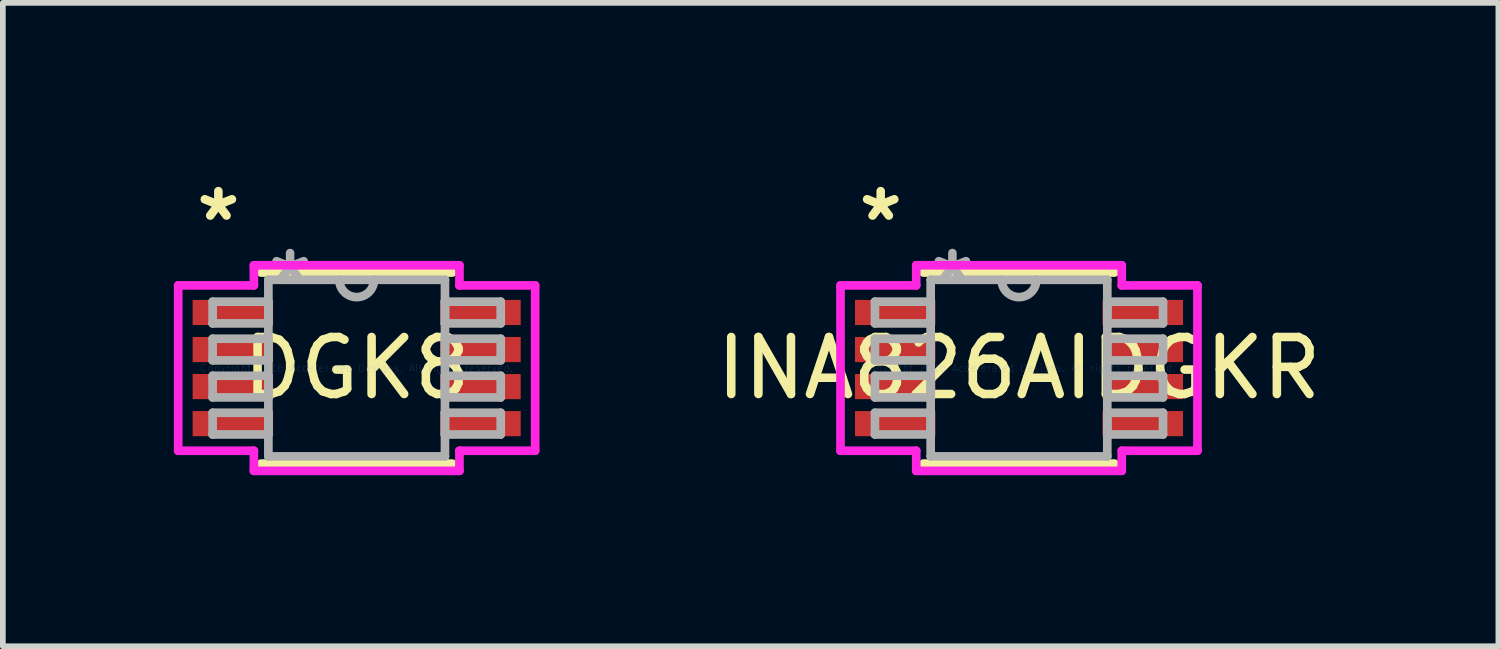
<source format=kicad_pcb>
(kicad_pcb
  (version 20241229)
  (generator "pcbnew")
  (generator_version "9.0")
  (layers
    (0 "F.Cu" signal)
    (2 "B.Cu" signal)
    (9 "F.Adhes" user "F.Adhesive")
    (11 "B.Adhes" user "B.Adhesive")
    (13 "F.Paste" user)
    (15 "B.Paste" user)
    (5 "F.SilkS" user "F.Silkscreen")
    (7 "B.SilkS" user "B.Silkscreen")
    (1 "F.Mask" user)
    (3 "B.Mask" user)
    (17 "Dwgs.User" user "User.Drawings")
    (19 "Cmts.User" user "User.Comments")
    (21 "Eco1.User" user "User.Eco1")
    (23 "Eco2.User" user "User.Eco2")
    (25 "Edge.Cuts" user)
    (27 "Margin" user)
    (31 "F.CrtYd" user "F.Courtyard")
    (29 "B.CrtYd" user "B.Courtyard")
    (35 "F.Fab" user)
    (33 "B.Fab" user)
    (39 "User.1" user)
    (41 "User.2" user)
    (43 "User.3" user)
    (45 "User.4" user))
  (footprint "INA826AIDGKR"
    (layer "F.Cu")
    (at 14.826 3.407)
    (property "Reference" "INA826AIDGKR" (at 0 0 0) (layer "F.SilkS") (effects (font (size 1 1) (thickness 0.15))))
    (attr through_hole)
    (fp_line (start -1.676 1.676) (end 1.676 1.676) (stroke (width 0.152) (type solid)) (layer "F.SilkS"))
    (fp_line (start 1.676 -1.676) (end -1.676 -1.676) (stroke (width 0.152) (type solid)) (layer "F.SilkS"))
    (fp_line (start -3.131 -1.45) (end -1.803 -1.45) (stroke (width 0.152) (type solid)) (layer "F.CrtYd"))
    (fp_line (start -3.131 1.45) (end -3.131 -1.45) (stroke (width 0.152) (type solid)) (layer "F.CrtYd"))
    (fp_line (start -1.803 -1.803) (end 1.803 -1.803) (stroke (width 0.152) (type solid)) (layer "F.CrtYd"))
    (fp_line (start -1.803 -1.45) (end -1.803 -1.803) (stroke (width 0.152) (type solid)) (layer "F.CrtYd"))
    (fp_line (start -1.803 1.45) (end -3.131 1.45) (stroke (width 0.152) (type solid)) (layer "F.CrtYd"))
    (fp_line (start -1.803 1.803) (end -1.803 1.45) (stroke (width 0.152) (type solid)) (layer "F.CrtYd"))
    (fp_line (start 1.803 -1.803) (end 1.803 -1.45) (stroke (width 0.152) (type solid)) (layer "F.CrtYd"))
    (fp_line (start 1.803 -1.45) (end 3.131 -1.45) (stroke (width 0.152) (type solid)) (layer "F.CrtYd"))
    (fp_line (start 1.803 1.45) (end 1.803 1.803) (stroke (width 0.152) (type solid)) (layer "F.CrtYd"))
    (fp_line (start 1.803 1.803) (end -1.803 1.803) (stroke (width 0.152) (type solid)) (layer "F.CrtYd"))
    (fp_line (start 3.131 -1.45) (end 3.131 1.45) (stroke (width 0.152) (type solid)) (layer "F.CrtYd"))
    (fp_line (start 3.131 1.45) (end 1.803 1.45) (stroke (width 0.152) (type solid)) (layer "F.CrtYd"))
    (fp_line (start -2.527 -1.165) (end -2.527 -0.784) (stroke (width 0.152) (type solid)) (layer "F.Fab"))
    (fp_line (start -2.527 -0.784) (end -1.549 -0.784) (stroke (width 0.152) (type solid)) (layer "F.Fab"))
    (fp_line (start -2.527 -0.515) (end -2.527 -0.135) (stroke (width 0.152) (type solid)) (layer "F.Fab"))
    (fp_line (start -2.527 -0.135) (end -1.549 -0.135) (stroke (width 0.152) (type solid)) (layer "F.Fab"))
    (fp_line (start -2.527 0.135) (end -2.527 0.515) (stroke (width 0.152) (type solid)) (layer "F.Fab"))
    (fp_line (start -2.527 0.515) (end -1.549 0.515) (stroke (width 0.152) (type solid)) (layer "F.Fab"))
    (fp_line (start -2.527 0.784) (end -2.527 1.165) (stroke (width 0.152) (type solid)) (layer "F.Fab"))
    (fp_line (start -2.527 1.165) (end -1.549 1.165) (stroke (width 0.152) (type solid)) (layer "F.Fab"))
    (fp_line (start -1.549 -1.549) (end -1.549 1.549) (stroke (width 0.152) (type solid)) (layer "F.Fab"))
    (fp_line (start -1.549 -1.165) (end -2.527 -1.165) (stroke (width 0.152) (type solid)) (layer "F.Fab"))
    (fp_line (start -1.549 -0.784) (end -1.549 -1.165) (stroke (width 0.152) (type solid)) (layer "F.Fab"))
    (fp_line (start -1.549 -0.515) (end -2.527 -0.515) (stroke (width 0.152) (type solid)) (layer "F.Fab"))
    (fp_line (start -1.549 -0.135) (end -1.549 -0.515) (stroke (width 0.152) (type solid)) (layer "F.Fab"))
    (fp_line (start -1.549 0.135) (end -2.527 0.135) (stroke (width 0.152) (type solid)) (layer "F.Fab"))
    (fp_line (start -1.549 0.515) (end -1.549 0.135) (stroke (width 0.152) (type solid)) (layer "F.Fab"))
    (fp_line (start -1.549 0.784) (end -2.527 0.784) (stroke (width 0.152) (type solid)) (layer "F.Fab"))
    (fp_line (start -1.549 1.165) (end -1.549 0.784) (stroke (width 0.152) (type solid)) (layer "F.Fab"))
    (fp_line (start -1.549 1.549) (end 1.549 1.549) (stroke (width 0.152) (type solid)) (layer "F.Fab"))
    (fp_line (start 1.549 -1.549) (end -1.549 -1.549) (stroke (width 0.152) (type solid)) (layer "F.Fab"))
    (fp_line (start 1.549 -1.165) (end 1.549 -0.784) (stroke (width 0.152) (type solid)) (layer "F.Fab"))
    (fp_line (start 1.549 -0.784) (end 2.527 -0.784) (stroke (width 0.152) (type solid)) (layer "F.Fab"))
    (fp_line (start 1.549 -0.515) (end 1.549 -0.135) (stroke (width 0.152) (type solid)) (layer "F.Fab"))
    (fp_line (start 1.549 -0.135) (end 2.527 -0.135) (stroke (width 0.152) (type solid)) (layer "F.Fab"))
    (fp_line (start 1.549 0.135) (end 1.549 0.515) (stroke (width 0.152) (type solid)) (layer "F.Fab"))
    (fp_line (start 1.549 0.515) (end 2.527 0.515) (stroke (width 0.152) (type solid)) (layer "F.Fab"))
    (fp_line (start 1.549 0.784) (end 1.549 1.165) (stroke (width 0.152) (type solid)) (layer "F.Fab"))
    (fp_line (start 1.549 1.165) (end 2.527 1.165) (stroke (width 0.152) (type solid)) (layer "F.Fab"))
    (fp_line (start 1.549 1.549) (end 1.549 -1.549) (stroke (width 0.152) (type solid)) (layer "F.Fab"))
    (fp_line (start 2.527 -1.165) (end 1.549 -1.165) (stroke (width 0.152) (type solid)) (layer "F.Fab"))
    (fp_line (start 2.527 -0.784) (end 2.527 -1.165) (stroke (width 0.152) (type solid)) (layer "F.Fab"))
    (fp_line (start 2.527 -0.515) (end 1.549 -0.515) (stroke (width 0.152) (type solid)) (layer "F.Fab"))
    (fp_line (start 2.527 -0.135) (end 2.527 -0.515) (stroke (width 0.152) (type solid)) (layer "F.Fab"))
    (fp_line (start 2.527 0.135) (end 1.549 0.135) (stroke (width 0.152) (type solid)) (layer "F.Fab"))
    (fp_line (start 2.527 0.515) (end 2.527 0.135) (stroke (width 0.152) (type solid)) (layer "F.Fab"))
    (fp_line (start 2.527 0.784) (end 1.549 0.784) (stroke (width 0.152) (type solid)) (layer "F.Fab"))
    (fp_line (start 2.527 1.165) (end 2.527 0.784) (stroke (width 0.152) (type solid)) (layer "F.Fab"))
    (fp_arc (start 0.3048 -1.5494) (mid 0 -1.2446) (end -0.3048 -1.5494) (stroke (width 0.1524) (type solid)) (layer "F.Fab"))
    (fp_text user "*" (at -2.426 -2.559 0) (layer "F.SilkS") (effects (font (size 1 1) (thickness 0.15))))
    (fp_text user "Copyright 2016 Accelerated Designs. All rights reserved." (at 0 0 0) (layer "Cmts.User") (effects (font (size 0.127 0.127) (thickness 0.002))))
    (fp_text user "*" (at -1.168 -1.473 0) (layer "F.Fab") (effects (font (size 1 1) (thickness 0.15))))
    (pad "1" smd rect (at -2.172 -0.975) (size 1.411 0.441) (layers "F.Cu" "F.Mask" "F.Paste"))
    (pad "2" smd rect (at -2.172 -0.325) (size 1.411 0.441) (layers "F.Cu" "F.Mask" "F.Paste"))
    (pad "3" smd rect (at -2.172 0.325) (size 1.411 0.441) (layers "F.Cu" "F.Mask" "F.Paste"))
    (pad "4" smd rect (at -2.172 0.975) (size 1.411 0.441) (layers "F.Cu" "F.Mask" "F.Paste"))
    (pad "5" smd rect (at 2.172 0.975) (size 1.411 0.441) (layers "F.Cu" "F.Mask" "F.Paste"))
    (pad "6" smd rect (at 2.172 0.325) (size 1.411 0.441) (layers "F.Cu" "F.Mask" "F.Paste"))
    (pad "7" smd rect (at 2.172 -0.325) (size 1.411 0.441) (layers "F.Cu" "F.Mask" "F.Paste"))
    (pad "8" smd rect (at 2.172 -0.975) (size 1.411 0.441) (layers "F.Cu" "F.Mask" "F.Paste")))
  (footprint "DGK8"
    (layer "F.Cu")
    (at 3.207 3.407)
    (property "Reference" "DGK8" (at 0 0 0) (layer "F.SilkS") (effects (font (size 1 1) (thickness 0.15))))
    (attr smd)
    (fp_line (start -1.676 1.676) (end 1.676 1.676) (stroke (width 0.152) (type solid)) (layer "F.SilkS"))
    (fp_line (start 1.676 -1.676) (end -1.676 -1.676) (stroke (width 0.152) (type solid)) (layer "F.SilkS"))
    (fp_line (start -3.131 -1.45) (end -1.803 -1.45) (stroke (width 0.152) (type solid)) (layer "F.CrtYd"))
    (fp_line (start -3.131 1.45) (end -3.131 -1.45) (stroke (width 0.152) (type solid)) (layer "F.CrtYd"))
    (fp_line (start -1.803 -1.803) (end 1.803 -1.803) (stroke (width 0.152) (type solid)) (layer "F.CrtYd"))
    (fp_line (start -1.803 -1.45) (end -1.803 -1.803) (stroke (width 0.152) (type solid)) (layer "F.CrtYd"))
    (fp_line (start -1.803 1.45) (end -3.131 1.45) (stroke (width 0.152) (type solid)) (layer "F.CrtYd"))
    (fp_line (start -1.803 1.803) (end -1.803 1.45) (stroke (width 0.152) (type solid)) (layer "F.CrtYd"))
    (fp_line (start 1.803 -1.803) (end 1.803 -1.45) (stroke (width 0.152) (type solid)) (layer "F.CrtYd"))
    (fp_line (start 1.803 -1.45) (end 3.131 -1.45) (stroke (width 0.152) (type solid)) (layer "F.CrtYd"))
    (fp_line (start 1.803 1.45) (end 1.803 1.803) (stroke (width 0.152) (type solid)) (layer "F.CrtYd"))
    (fp_line (start 1.803 1.803) (end -1.803 1.803) (stroke (width 0.152) (type solid)) (layer "F.CrtYd"))
    (fp_line (start 3.131 -1.45) (end 3.131 1.45) (stroke (width 0.152) (type solid)) (layer "F.CrtYd"))
    (fp_line (start 3.131 1.45) (end 1.803 1.45) (stroke (width 0.152) (type solid)) (layer "F.CrtYd"))
    (fp_line (start -2.527 -1.165) (end -2.527 -0.784) (stroke (width 0.152) (type solid)) (layer "F.Fab"))
    (fp_line (start -2.527 -0.784) (end -1.549 -0.784) (stroke (width 0.152) (type solid)) (layer "F.Fab"))
    (fp_line (start -2.527 -0.515) (end -2.527 -0.135) (stroke (width 0.152) (type solid)) (layer "F.Fab"))
    (fp_line (start -2.527 -0.135) (end -1.549 -0.135) (stroke (width 0.152) (type solid)) (layer "F.Fab"))
    (fp_line (start -2.527 0.135) (end -2.527 0.515) (stroke (width 0.152) (type solid)) (layer "F.Fab"))
    (fp_line (start -2.527 0.515) (end -1.549 0.515) (stroke (width 0.152) (type solid)) (layer "F.Fab"))
    (fp_line (start -2.527 0.784) (end -2.527 1.165) (stroke (width 0.152) (type solid)) (layer "F.Fab"))
    (fp_line (start -2.527 1.165) (end -1.549 1.165) (stroke (width 0.152) (type solid)) (layer "F.Fab"))
    (fp_line (start -1.549 -1.549) (end -1.549 1.549) (stroke (width 0.152) (type solid)) (layer "F.Fab"))
    (fp_line (start -1.549 -1.165) (end -2.527 -1.165) (stroke (width 0.152) (type solid)) (layer "F.Fab"))
    (fp_line (start -1.549 -0.784) (end -1.549 -1.165) (stroke (width 0.152) (type solid)) (layer "F.Fab"))
    (fp_line (start -1.549 -0.515) (end -2.527 -0.515) (stroke (width 0.152) (type solid)) (layer "F.Fab"))
    (fp_line (start -1.549 -0.135) (end -1.549 -0.515) (stroke (width 0.152) (type solid)) (layer "F.Fab"))
    (fp_line (start -1.549 0.135) (end -2.527 0.135) (stroke (width 0.152) (type solid)) (layer "F.Fab"))
    (fp_line (start -1.549 0.515) (end -1.549 0.135) (stroke (width 0.152) (type solid)) (layer "F.Fab"))
    (fp_line (start -1.549 0.784) (end -2.527 0.784) (stroke (width 0.152) (type solid)) (layer "F.Fab"))
    (fp_line (start -1.549 1.165) (end -1.549 0.784) (stroke (width 0.152) (type solid)) (layer "F.Fab"))
    (fp_line (start -1.549 1.549) (end 1.549 1.549) (stroke (width 0.152) (type solid)) (layer "F.Fab"))
    (fp_line (start 1.549 -1.549) (end -1.549 -1.549) (stroke (width 0.152) (type solid)) (layer "F.Fab"))
    (fp_line (start 1.549 -1.165) (end 1.549 -0.784) (stroke (width 0.152) (type solid)) (layer "F.Fab"))
    (fp_line (start 1.549 -0.784) (end 2.527 -0.784) (stroke (width 0.152) (type solid)) (layer "F.Fab"))
    (fp_line (start 1.549 -0.515) (end 1.549 -0.135) (stroke (width 0.152) (type solid)) (layer "F.Fab"))
    (fp_line (start 1.549 -0.135) (end 2.527 -0.135) (stroke (width 0.152) (type solid)) (layer "F.Fab"))
    (fp_line (start 1.549 0.135) (end 1.549 0.515) (stroke (width 0.152) (type solid)) (layer "F.Fab"))
    (fp_line (start 1.549 0.515) (end 2.527 0.515) (stroke (width 0.152) (type solid)) (layer "F.Fab"))
    (fp_line (start 1.549 0.784) (end 1.549 1.165) (stroke (width 0.152) (type solid)) (layer "F.Fab"))
    (fp_line (start 1.549 1.165) (end 2.527 1.165) (stroke (width 0.152) (type solid)) (layer "F.Fab"))
    (fp_line (start 1.549 1.549) (end 1.549 -1.549) (stroke (width 0.152) (type solid)) (layer "F.Fab"))
    (fp_line (start 2.527 -1.165) (end 1.549 -1.165) (stroke (width 0.152) (type solid)) (layer "F.Fab"))
    (fp_line (start 2.527 -0.784) (end 2.527 -1.165) (stroke (width 0.152) (type solid)) (layer "F.Fab"))
    (fp_line (start 2.527 -0.515) (end 1.549 -0.515) (stroke (width 0.152) (type solid)) (layer "F.Fab"))
    (fp_line (start 2.527 -0.135) (end 2.527 -0.515) (stroke (width 0.152) (type solid)) (layer "F.Fab"))
    (fp_line (start 2.527 0.135) (end 1.549 0.135) (stroke (width 0.152) (type solid)) (layer "F.Fab"))
    (fp_line (start 2.527 0.515) (end 2.527 0.135) (stroke (width 0.152) (type solid)) (layer "F.Fab"))
    (fp_line (start 2.527 0.784) (end 1.549 0.784) (stroke (width 0.152) (type solid)) (layer "F.Fab"))
    (fp_line (start 2.527 1.165) (end 2.527 0.784) (stroke (width 0.152) (type solid)) (layer "F.Fab"))
    (fp_arc (start 0.3048 -1.5494) (mid 0 -1.2446) (end -0.3048 -1.5494) (stroke (width 0.1524) (type solid)) (layer "F.Fab"))
    (fp_text user "*" (at -2.426 -2.559 0) (layer "F.SilkS") (effects (font (size 1 1) (thickness 0.15))))
    (fp_text user "Copyright 2016 Accelerated Designs. All rights reserved." (at 0 0 0) (layer "Cmts.User") (effects (font (size 0.127 0.127) (thickness 0.002))))
    (fp_text user "*" (at -1.168 -1.473 0) (layer "F.Fab") (effects (font (size 1 1) (thickness 0.15))))
    (pad "1" smd rect (at -2.172 -0.975) (size 1.411 0.441) (layers "F.Cu" "F.Mask" "F.Paste"))
    (pad "2" smd rect (at -2.172 -0.325) (size 1.411 0.441) (layers "F.Cu" "F.Mask" "F.Paste"))
    (pad "3" smd rect (at -2.172 0.325) (size 1.411 0.441) (layers "F.Cu" "F.Mask" "F.Paste"))
    (pad "4" smd rect (at -2.172 0.975) (size 1.411 0.441) (layers "F.Cu" "F.Mask" "F.Paste"))
    (pad "5" smd rect (at 2.172 0.975) (size 1.411 0.441) (layers "F.Cu" "F.Mask" "F.Paste"))
    (pad "6" smd rect (at 2.172 0.325) (size 1.411 0.441) (layers "F.Cu" "F.Mask" "F.Paste"))
    (pad "7" smd rect (at 2.172 -0.325) (size 1.411 0.441) (layers "F.Cu" "F.Mask" "F.Paste"))
    (pad "8" smd rect (at 2.172 -0.975) (size 1.411 0.441) (layers "F.Cu" "F.Mask" "F.Paste")))
  (gr_rect
    (start -3 -3)
    (end 23.236 8.287)
    (stroke (width 0.1) (type default))
    (fill no)
    (layer "Edge.Cuts")))
</source>
